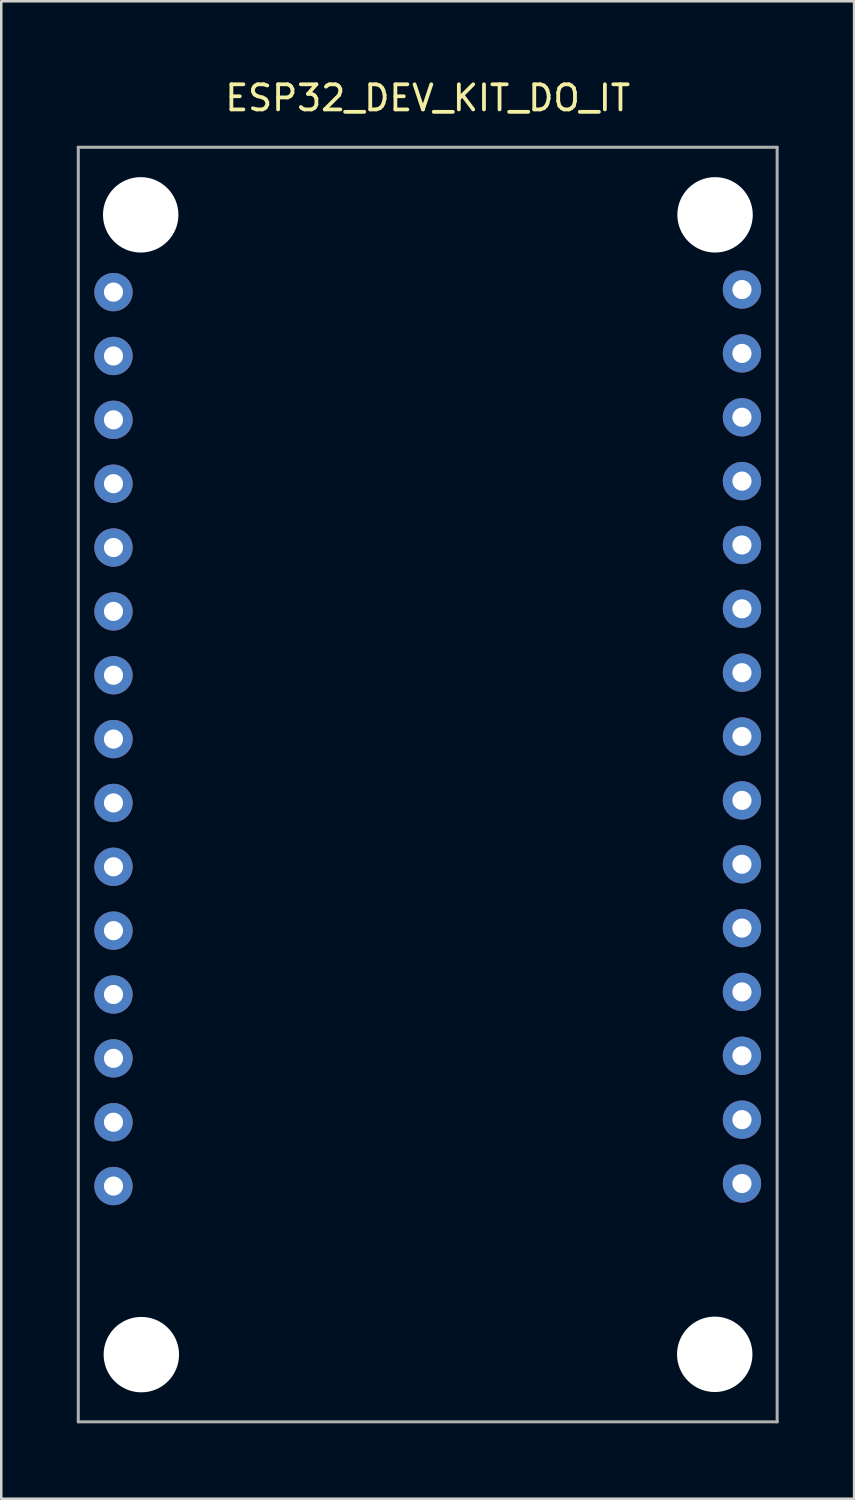
<source format=kicad_pcb>
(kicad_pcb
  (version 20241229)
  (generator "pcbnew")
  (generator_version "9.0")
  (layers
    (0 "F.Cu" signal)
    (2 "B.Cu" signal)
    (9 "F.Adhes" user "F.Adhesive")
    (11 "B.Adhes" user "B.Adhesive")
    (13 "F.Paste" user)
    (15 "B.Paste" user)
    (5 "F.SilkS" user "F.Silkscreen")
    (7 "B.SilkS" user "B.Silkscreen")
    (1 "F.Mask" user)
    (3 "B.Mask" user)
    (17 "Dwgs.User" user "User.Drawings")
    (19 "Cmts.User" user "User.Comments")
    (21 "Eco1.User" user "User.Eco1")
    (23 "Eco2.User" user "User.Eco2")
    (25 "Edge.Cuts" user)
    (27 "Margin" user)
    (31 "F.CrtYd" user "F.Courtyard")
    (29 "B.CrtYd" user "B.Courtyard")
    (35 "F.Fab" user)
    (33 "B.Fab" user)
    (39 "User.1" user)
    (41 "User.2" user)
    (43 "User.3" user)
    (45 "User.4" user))
  (footprint "ESP32_DEV_KIT_DO_IT"
    (layer "F.Cu")
    (at 13.964 26.248)
    (property "Reference" "ESP32_DEV_KIT_DO_IT" (at 0 -25.4 180) (layer "F.SilkS") (effects (font (size 1 1) (thickness 0.15))))
    (attr through_hole)
    (fp_line (start -13.9 -23.44) (end -13.9 27.26) (stroke (width 0.12) (type solid)) (layer "F.Fab"))
    (fp_line (start 13.899 -23.44) (end -13.904 -23.44) (stroke (width 0.12) (type solid)) (layer "F.Fab"))
    (fp_line (start 13.9 -23.44) (end 13.9 27.26) (stroke (width 0.12) (type solid)) (layer "F.Fab"))
    (fp_line (start 13.901 27.26) (end -13.901 27.26) (stroke (width 0.12) (type solid)) (layer "F.Fab"))
    (pad "" np_thru_hole circle (at -11.417 -20.752 180) (size 3 3) (drill 3) (layers "*.Cu" "*.Mask"))
    (pad "" np_thru_hole circle (at -11.392 24.587 180) (size 3 3) (drill 3) (layers "*.Cu" "*.Mask"))
    (pad "" np_thru_hole circle (at 11.417 24.575 180) (size 3 3) (drill 3) (layers "*.Cu" "*.Mask"))
    (pad "" np_thru_hole circle (at 11.43 -20.752 180) (size 3 3) (drill 3) (layers "*.Cu" "*.Mask"))
    (pad "1" thru_hole circle (at -12.5 -17.678 180) (size 1.524 1.524) (drill 0.762) (layers "*.Cu" "*.Mask"))
    (pad "2" thru_hole circle (at -12.5 -15.138 180) (size 1.524 1.524) (drill 0.762) (layers "*.Cu" "*.Mask"))
    (pad "3" thru_hole circle (at -12.5 -12.598 180) (size 1.524 1.524) (drill 0.762) (layers "*.Cu" "*.Mask" "Eco2.User"))
    (pad "4" thru_hole circle (at -12.5 -10.058 180) (size 1.524 1.524) (drill 0.762) (layers "*.Cu" "*.Mask"))
    (pad "5" thru_hole circle (at -12.5 -7.518 180) (size 1.524 1.524) (drill 0.762) (layers "*.Cu" "*.Mask"))
    (pad "6" thru_hole circle (at -12.5 -4.978 180) (size 1.524 1.524) (drill 0.762) (layers "*.Cu" "*.Mask"))
    (pad "7" thru_hole circle (at -12.5 -2.438 180) (size 1.524 1.524) (drill 0.762) (layers "*.Cu" "*.Mask"))
    (pad "8" thru_hole circle (at -12.5 0.102 180) (size 1.524 1.524) (drill 0.762) (layers "*.Cu" "*.Mask"))
    (pad "9" thru_hole circle (at -12.5 2.642 180) (size 1.524 1.524) (drill 0.762) (layers "*.Cu" "*.Mask"))
    (pad "10" thru_hole circle (at -12.5 5.182 180) (size 1.524 1.524) (drill 0.762) (layers "*.Cu" "*.Mask"))
    (pad "11" thru_hole circle (at -12.5 7.722 180) (size 1.524 1.524) (drill 0.762) (layers "*.Cu" "*.Mask"))
    (pad "12" thru_hole circle (at -12.5 10.262 180) (size 1.524 1.524) (drill 0.762) (layers "*.Cu" "*.Mask"))
    (pad "13" thru_hole circle (at -12.5 12.802 180) (size 1.524 1.524) (drill 0.762) (layers "*.Cu" "*.Mask"))
    (pad "14" thru_hole circle (at -12.5 15.342 180) (size 1.524 1.524) (drill 0.762) (layers "*.Cu" "*.Mask"))
    (pad "15" thru_hole circle (at -12.5 17.882 180) (size 1.524 1.524) (drill 0.762) (layers "*.Cu" "*.Mask"))
    (pad "16" thru_hole circle (at 12.5 17.78 180) (size 1.524 1.524) (drill 0.762) (layers "*.Cu" "*.Mask"))
    (pad "17" thru_hole circle (at 12.5 15.24 180) (size 1.524 1.524) (drill 0.762) (layers "*.Cu" "*.Mask"))
    (pad "18" thru_hole circle (at 12.5 12.7 180) (size 1.524 1.524) (drill 0.762) (layers "*.Cu" "*.Mask"))
    (pad "19" thru_hole circle (at 12.5 10.16 180) (size 1.524 1.524) (drill 0.762) (layers "*.Cu" "*.Mask"))
    (pad "20" thru_hole circle (at 12.5 7.62 180) (size 1.524 1.524) (drill 0.762) (layers "*.Cu" "*.Mask"))
    (pad "21" thru_hole circle (at 12.5 5.08 180) (size 1.524 1.524) (drill 0.762) (layers "*.Cu" "*.Mask"))
    (pad "22" thru_hole circle (at 12.5 2.54 180) (size 1.524 1.524) (drill 0.762) (layers "*.Cu" "*.Mask"))
    (pad "23" thru_hole circle (at 12.5 0 180) (size 1.524 1.524) (drill 0.762) (layers "*.Cu" "*.Mask"))
    (pad "24" thru_hole circle (at 12.5 -2.54 180) (size 1.524 1.524) (drill 0.762) (layers "*.Cu" "*.Mask"))
    (pad "25" thru_hole circle (at 12.5 -5.08 180) (size 1.524 1.524) (drill 0.762) (layers "*.Cu" "*.Mask"))
    (pad "26" thru_hole circle (at 12.5 -7.62 180) (size 1.524 1.524) (drill 0.762) (layers "*.Cu" "*.Mask"))
    (pad "27" thru_hole circle (at 12.5 -10.16 180) (size 1.524 1.524) (drill 0.762) (layers "*.Cu" "*.Mask"))
    (pad "28" thru_hole circle (at 12.5 -12.7 180) (size 1.524 1.524) (drill 0.762) (layers "*.Cu" "*.Mask"))
    (pad "29" thru_hole circle (at 12.5 -15.24 180) (size 1.524 1.524) (drill 0.762) (layers "*.Cu" "*.Mask"))
    (pad "30" thru_hole circle (at 12.5 -17.78 180) (size 1.524 1.524) (drill 0.762) (layers "*.Cu" "*.Mask")))
  (gr_rect
    (start -3 -3)
    (end 30.925 56.568)
    (stroke (width 0.1) (type default))
    (fill no)
    (layer "Edge.Cuts")))
</source>
